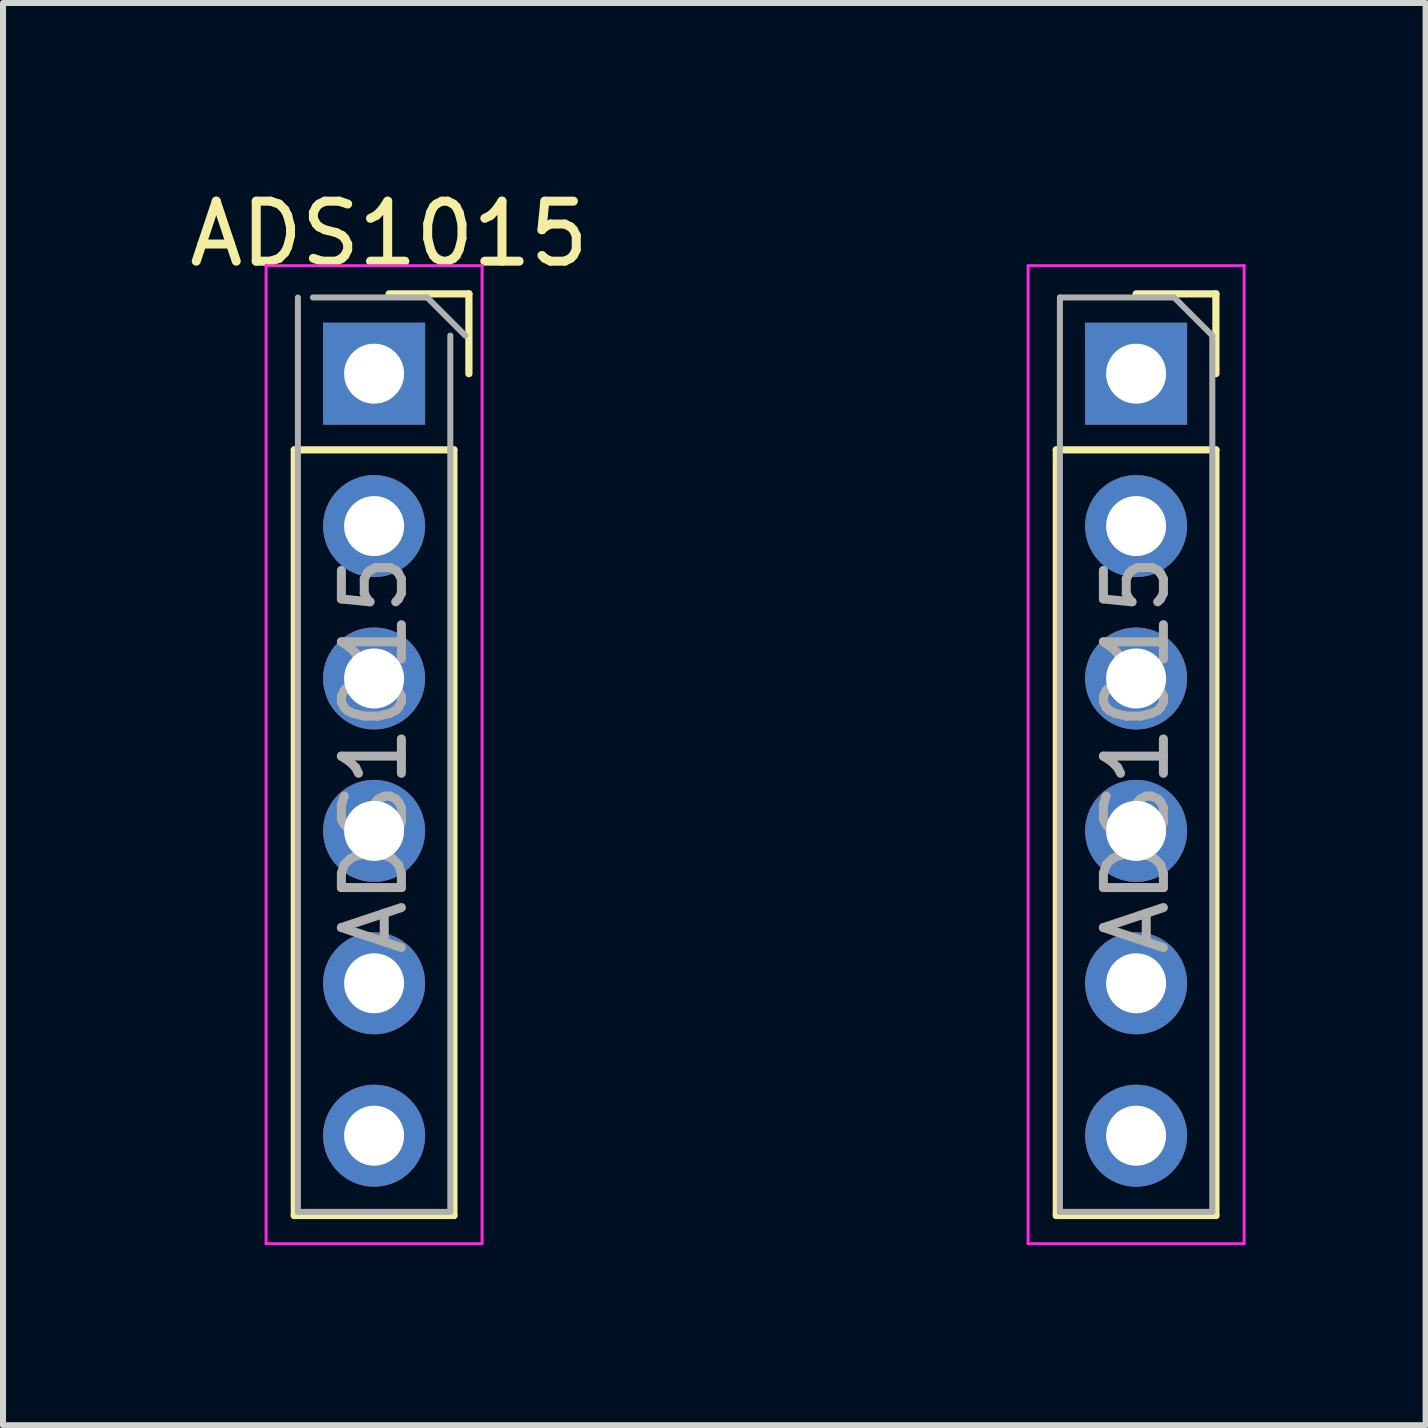
<source format=kicad_pcb>
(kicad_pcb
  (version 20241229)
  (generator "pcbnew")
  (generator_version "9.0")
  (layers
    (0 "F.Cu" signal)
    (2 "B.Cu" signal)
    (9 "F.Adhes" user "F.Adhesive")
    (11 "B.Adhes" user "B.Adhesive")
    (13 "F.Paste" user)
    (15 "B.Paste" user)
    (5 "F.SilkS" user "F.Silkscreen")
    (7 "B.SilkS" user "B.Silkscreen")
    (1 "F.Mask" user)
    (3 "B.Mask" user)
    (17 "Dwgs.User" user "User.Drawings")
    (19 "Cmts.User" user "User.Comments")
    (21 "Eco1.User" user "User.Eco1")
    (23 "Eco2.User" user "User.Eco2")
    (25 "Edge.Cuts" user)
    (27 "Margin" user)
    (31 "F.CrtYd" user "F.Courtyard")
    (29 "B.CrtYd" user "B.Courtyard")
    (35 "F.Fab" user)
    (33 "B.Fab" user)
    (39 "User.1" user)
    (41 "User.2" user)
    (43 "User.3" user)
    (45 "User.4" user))
  (footprint "ADS1015"
    (layer "F.Cu")
    (at 9.885 7.408)
    (property "Reference" "ADS1015" (at -6.45 -6.56 0) (layer "F.SilkS") (effects (font (size 1 1) (thickness 0.15))))
    (attr through_hole)
    (fp_line (start -8.03 -2.96) (end -8.03 9.8) (stroke (width 0.12) (type solid)) (layer "F.SilkS"))
    (fp_line (start -5.37 -2.96) (end -8.03 -2.96) (stroke (width 0.12) (type solid)) (layer "F.SilkS"))
    (fp_line (start -5.37 -2.96) (end -5.37 9.8) (stroke (width 0.12) (type solid)) (layer "F.SilkS"))
    (fp_line (start -5.37 9.8) (end -8.03 9.8) (stroke (width 0.12) (type solid)) (layer "F.SilkS"))
    (fp_line (start -5.12 -5.56) (end -6.45 -5.56) (stroke (width 0.12) (type solid)) (layer "F.SilkS"))
    (fp_line (start -5.12 -4.23) (end -5.12 -5.56) (stroke (width 0.12) (type solid)) (layer "F.SilkS"))
    (fp_line (start 4.67 -2.96) (end 4.67 9.8) (stroke (width 0.12) (type solid)) (layer "F.SilkS"))
    (fp_line (start 7.33 -5.56) (end 6 -5.56) (stroke (width 0.12) (type solid)) (layer "F.SilkS"))
    (fp_line (start 7.33 -4.23) (end 7.33 -5.56) (stroke (width 0.12) (type solid)) (layer "F.SilkS"))
    (fp_line (start 7.33 -2.96) (end 4.67 -2.96) (stroke (width 0.12) (type solid)) (layer "F.SilkS"))
    (fp_line (start 7.33 -2.96) (end 7.33 9.8) (stroke (width 0.12) (type solid)) (layer "F.SilkS"))
    (fp_line (start 7.33 9.8) (end 4.67 9.8) (stroke (width 0.12) (type solid)) (layer "F.SilkS"))
    (fp_line (start -8.5 -6.03) (end -4.9 -6.03) (stroke (width 0.05) (type solid)) (layer "F.CrtYd"))
    (fp_line (start -8.5 10.27) (end -8.5 -6.03) (stroke (width 0.05) (type solid)) (layer "F.CrtYd"))
    (fp_line (start -4.9 -6.03) (end -4.9 10.27) (stroke (width 0.05) (type solid)) (layer "F.CrtYd"))
    (fp_line (start -4.9 10.27) (end -8.5 10.27) (stroke (width 0.05) (type solid)) (layer "F.CrtYd"))
    (fp_line (start 4.2 -6.03) (end 7.8 -6.03) (stroke (width 0.05) (type solid)) (layer "F.CrtYd"))
    (fp_line (start 4.2 10.27) (end 4.2 -6.03) (stroke (width 0.05) (type solid)) (layer "F.CrtYd"))
    (fp_line (start 7.8 -6.03) (end 7.8 10.27) (stroke (width 0.05) (type solid)) (layer "F.CrtYd"))
    (fp_line (start 7.8 10.27) (end 4.2 10.27) (stroke (width 0.05) (type solid)) (layer "F.CrtYd"))
    (fp_line (start -7.97 -5.5) (end -7.97 9.74) (stroke (width 0.1) (type solid)) (layer "F.Fab"))
    (fp_line (start -7.97 9.74) (end -5.43 9.74) (stroke (width 0.1) (type solid)) (layer "F.Fab"))
    (fp_line (start -5.815 -5.5) (end -7.72 -5.5) (stroke (width 0.1) (type solid)) (layer "F.Fab"))
    (fp_line (start -5.43 9.74) (end -5.43 -4.865) (stroke (width 0.1) (type solid)) (layer "F.Fab"))
    (fp_line (start -5.18 -4.865) (end -5.815 -5.5) (stroke (width 0.1) (type solid)) (layer "F.Fab"))
    (fp_line (start 4.73 -5.5) (end 4.73 9.74) (stroke (width 0.1) (type solid)) (layer "F.Fab"))
    (fp_line (start 4.73 9.74) (end 7.27 9.74) (stroke (width 0.1) (type solid)) (layer "F.Fab"))
    (fp_line (start 6.635 -5.5) (end 4.73 -5.5) (stroke (width 0.1) (type solid)) (layer "F.Fab"))
    (fp_line (start 7.27 -4.865) (end 6.635 -5.5) (stroke (width 0.1) (type solid)) (layer "F.Fab"))
    (fp_line (start 7.27 9.74) (end 7.27 -4.865) (stroke (width 0.1) (type solid)) (layer "F.Fab"))
    (fp_text user "${REFERENCE}" (at -6.7 2.12 90) (layer "F.Fab") (effects (font (size 1 1) (thickness 0.15))))
    (fp_text user "${REFERENCE}" (at 6 2.12 90) (layer "F.Fab") (effects (font (size 1 1) (thickness 0.15))))
    (pad "1" thru_hole rect (at -6.7 -4.23) (size 1.7 1.7) (drill 1) (layers "*.Cu" "*.Mask"))
    (pad "2" thru_hole oval (at -6.7 -1.69) (size 1.7 1.7) (drill 1) (layers "*.Cu" "*.Mask"))
    (pad "3" thru_hole oval (at -6.7 0.85) (size 1.7 1.7) (drill 1) (layers "*.Cu" "*.Mask"))
    (pad "4" thru_hole oval (at -6.7 3.39) (size 1.7 1.7) (drill 1) (layers "*.Cu" "*.Mask"))
    (pad "5" thru_hole oval (at -6.7 5.93) (size 1.7 1.7) (drill 1) (layers "*.Cu" "*.Mask"))
    (pad "6" thru_hole oval (at -6.7 8.47) (size 1.7 1.7) (drill 1) (layers "*.Cu" "*.Mask"))
    (pad "7" thru_hole rect (at 6 -4.23) (size 1.7 1.7) (drill 1) (layers "*.Cu" "*.Mask"))
    (pad "8" thru_hole oval (at 6 -1.69) (size 1.7 1.7) (drill 1) (layers "*.Cu" "*.Mask"))
    (pad "9" thru_hole oval (at 6 0.85) (size 1.7 1.7) (drill 1) (layers "*.Cu" "*.Mask"))
    (pad "10" thru_hole oval (at 6 3.39) (size 1.7 1.7) (drill 1) (layers "*.Cu" "*.Mask"))
    (pad "11" thru_hole oval (at 6 5.93) (size 1.7 1.7) (drill 1) (layers "*.Cu" "*.Mask"))
    (pad "12" thru_hole oval (at 6 8.47) (size 1.7 1.7) (drill 1) (layers "*.Cu" "*.Mask")))
  (gr_rect
    (start -3 -3)
    (end 20.71 20.703)
    (stroke (width 0.1) (type default))
    (fill no)
    (layer "Edge.Cuts")))
</source>
